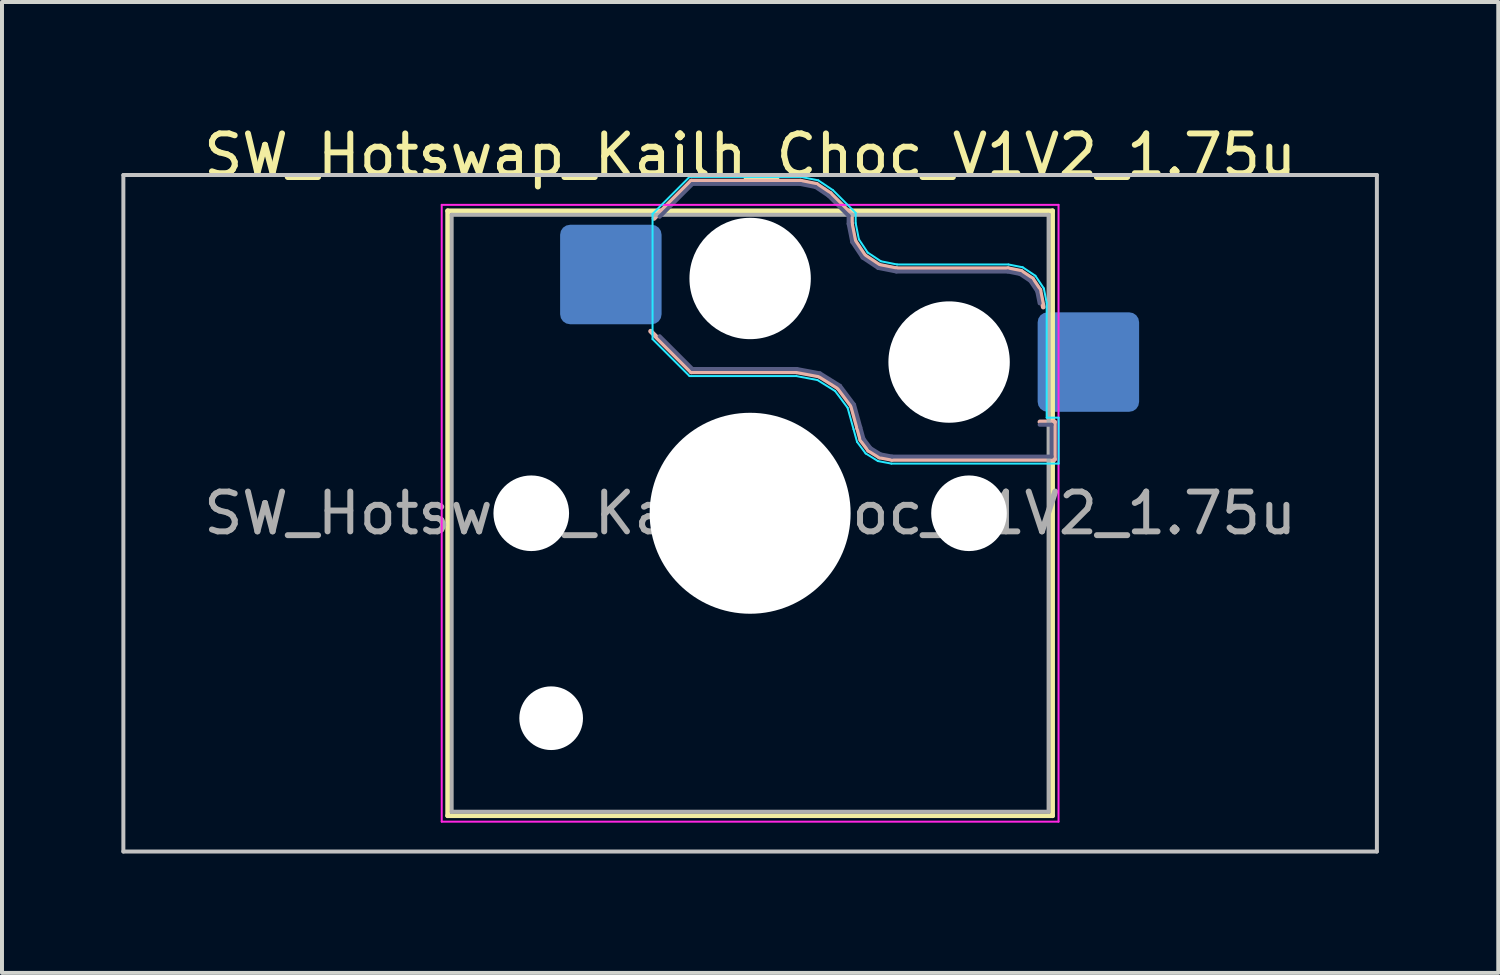
<source format=kicad_pcb>
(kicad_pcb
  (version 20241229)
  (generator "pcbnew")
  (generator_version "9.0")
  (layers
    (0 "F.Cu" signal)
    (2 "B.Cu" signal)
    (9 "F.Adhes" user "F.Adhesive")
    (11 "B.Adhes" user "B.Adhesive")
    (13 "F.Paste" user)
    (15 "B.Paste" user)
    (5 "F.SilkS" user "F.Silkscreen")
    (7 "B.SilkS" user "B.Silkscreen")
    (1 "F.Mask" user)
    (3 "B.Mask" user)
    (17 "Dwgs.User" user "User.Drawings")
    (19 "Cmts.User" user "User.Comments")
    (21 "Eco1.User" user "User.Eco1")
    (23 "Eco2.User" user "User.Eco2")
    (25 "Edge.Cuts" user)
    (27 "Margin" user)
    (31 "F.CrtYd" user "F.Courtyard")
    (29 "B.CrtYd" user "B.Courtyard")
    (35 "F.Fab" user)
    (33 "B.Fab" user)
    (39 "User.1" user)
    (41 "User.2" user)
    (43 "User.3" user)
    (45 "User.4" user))
  (footprint "SW_Hotswap_Kailh_Choc_V1V2_1.75u"
    (layer "F.Cu")
    (at 15.8 9.848)
    (property "Reference" "SW_Hotswap_Kailh_Choc_V1V2_1.75u" (at 0 -9 0) (layer "F.SilkS") (effects (font (size 1 1) (thickness 0.15))))
    (attr smd)
    (fp_line (start -7.6 -7.6) (end -7.6 7.6) (stroke (width 0.12) (type solid)) (layer "F.SilkS"))
    (fp_line (start -7.6 7.6) (end 7.6 7.6) (stroke (width 0.12) (type solid)) (layer "F.SilkS"))
    (fp_line (start 7.6 -7.6) (end -7.6 -7.6) (stroke (width 0.12) (type solid)) (layer "F.SilkS"))
    (fp_line (start 7.6 7.6) (end 7.6 -7.6) (stroke (width 0.12) (type solid)) (layer "F.SilkS"))
    (fp_line (start -2.416 -7.409) (end -1.479 -8.346) (stroke (width 0.12) (type solid)) (layer "B.SilkS"))
    (fp_line (start -1.479 -8.346) (end 1.268 -8.346) (stroke (width 0.12) (type solid)) (layer "B.SilkS"))
    (fp_line (start -1.479 -3.554) (end -2.5 -4.575) (stroke (width 0.12) (type solid)) (layer "B.SilkS"))
    (fp_line (start 1.168 -3.554) (end -1.479 -3.554) (stroke (width 0.12) (type solid)) (layer "B.SilkS"))
    (fp_line (start 1.268 -8.346) (end 1.671 -8.266) (stroke (width 0.12) (type solid)) (layer "B.SilkS"))
    (fp_line (start 1.671 -8.266) (end 2.013 -8.037) (stroke (width 0.12) (type solid)) (layer "B.SilkS"))
    (fp_line (start 1.73 -3.449) (end 1.168 -3.554) (stroke (width 0.12) (type solid)) (layer "B.SilkS"))
    (fp_line (start 2.013 -8.037) (end 2.546 -7.504) (stroke (width 0.12) (type solid)) (layer "B.SilkS"))
    (fp_line (start 2.209 -3.15) (end 1.73 -3.449) (stroke (width 0.12) (type solid)) (layer "B.SilkS"))
    (fp_line (start 2.546 -7.504) (end 2.546 -7.282) (stroke (width 0.12) (type solid)) (layer "B.SilkS"))
    (fp_line (start 2.546 -7.282) (end 2.633 -6.844) (stroke (width 0.12) (type solid)) (layer "B.SilkS"))
    (fp_line (start 2.547 -2.697) (end 2.209 -3.15) (stroke (width 0.12) (type solid)) (layer "B.SilkS"))
    (fp_line (start 2.633 -6.844) (end 2.877 -6.477) (stroke (width 0.12) (type solid)) (layer "B.SilkS"))
    (fp_line (start 2.701 -2.139) (end 2.547 -2.697) (stroke (width 0.12) (type solid)) (layer "B.SilkS"))
    (fp_line (start 2.783 -1.841) (end 2.701 -2.139) (stroke (width 0.12) (type solid)) (layer "B.SilkS"))
    (fp_line (start 2.877 -6.477) (end 3.244 -6.233) (stroke (width 0.12) (type solid)) (layer "B.SilkS"))
    (fp_line (start 2.976 -1.583) (end 2.783 -1.841) (stroke (width 0.12) (type solid)) (layer "B.SilkS"))
    (fp_line (start 3.244 -6.233) (end 3.682 -6.146) (stroke (width 0.12) (type solid)) (layer "B.SilkS"))
    (fp_line (start 3.25 -1.413) (end 2.976 -1.583) (stroke (width 0.12) (type solid)) (layer "B.SilkS"))
    (fp_line (start 3.56 -1.354) (end 3.25 -1.413) (stroke (width 0.12) (type solid)) (layer "B.SilkS"))
    (fp_line (start 3.682 -6.146) (end 6.482 -6.146) (stroke (width 0.12) (type solid)) (layer "B.SilkS"))
    (fp_line (start 6.482 -6.146) (end 6.809 -6.081) (stroke (width 0.12) (type solid)) (layer "B.SilkS"))
    (fp_line (start 6.809 -6.081) (end 7.092 -5.892) (stroke (width 0.12) (type solid)) (layer "B.SilkS"))
    (fp_line (start 7.092 -5.892) (end 7.281 -5.609) (stroke (width 0.12) (type solid)) (layer "B.SilkS"))
    (fp_line (start 7.281 -5.609) (end 7.366 -5.182) (stroke (width 0.12) (type solid)) (layer "B.SilkS"))
    (fp_line (start 7.283 -2.296) (end 7.646 -2.296) (stroke (width 0.12) (type solid)) (layer "B.SilkS"))
    (fp_line (start 7.646 -2.296) (end 7.646 -1.354) (stroke (width 0.12) (type solid)) (layer "B.SilkS"))
    (fp_line (start 7.646 -1.354) (end 3.56 -1.354) (stroke (width 0.12) (type solid)) (layer "B.SilkS"))
    (fp_line (start -15.75 -8.5) (end -15.75 8.5) (stroke (width 0.1) (type solid)) (layer "Dwgs.User"))
    (fp_line (start -15.75 8.5) (end 15.75 8.5) (stroke (width 0.1) (type solid)) (layer "Dwgs.User"))
    (fp_line (start 15.75 -8.5) (end -15.75 -8.5) (stroke (width 0.1) (type solid)) (layer "Dwgs.User"))
    (fp_line (start 15.75 8.5) (end 15.75 -8.5) (stroke (width 0.1) (type solid)) (layer "Dwgs.User"))
    (fp_line (start -7.25 -7.25) (end -7.25 7.25) (stroke (width 0.1) (type solid)) (layer "Eco1.User"))
    (fp_line (start -7.25 7.25) (end 7.25 7.25) (stroke (width 0.1) (type solid)) (layer "Eco1.User"))
    (fp_line (start 7.25 -7.25) (end -7.25 -7.25) (stroke (width 0.1) (type solid)) (layer "Eco1.User"))
    (fp_line (start 7.25 7.25) (end 7.25 -7.25) (stroke (width 0.1) (type solid)) (layer "Eco1.User"))
    (fp_line (start -2.452 -7.523) (end -1.523 -8.452) (stroke (width 0.05) (type solid)) (layer "B.CrtYd"))
    (fp_line (start -2.452 -4.377) (end -2.452 -7.523) (stroke (width 0.05) (type solid)) (layer "B.CrtYd"))
    (fp_line (start -1.523 -8.452) (end 1.278 -8.452) (stroke (width 0.05) (type solid)) (layer "B.CrtYd"))
    (fp_line (start -1.523 -3.448) (end -2.452 -4.377) (stroke (width 0.05) (type solid)) (layer "B.CrtYd"))
    (fp_line (start 1.159 -3.448) (end -1.523 -3.448) (stroke (width 0.05) (type solid)) (layer "B.CrtYd"))
    (fp_line (start 1.278 -8.452) (end 1.712 -8.366) (stroke (width 0.05) (type solid)) (layer "B.CrtYd"))
    (fp_line (start 1.691 -3.348) (end 1.159 -3.448) (stroke (width 0.05) (type solid)) (layer "B.CrtYd"))
    (fp_line (start 1.712 -8.366) (end 2.081 -8.119) (stroke (width 0.05) (type solid)) (layer "B.CrtYd"))
    (fp_line (start 2.081 -8.119) (end 2.652 -7.548) (stroke (width 0.05) (type solid)) (layer "B.CrtYd"))
    (fp_line (start 2.136 -3.071) (end 1.691 -3.348) (stroke (width 0.05) (type solid)) (layer "B.CrtYd"))
    (fp_line (start 2.45 -2.65) (end 2.136 -3.071) (stroke (width 0.05) (type solid)) (layer "B.CrtYd"))
    (fp_line (start 2.599 -2.111) (end 2.45 -2.65) (stroke (width 0.05) (type solid)) (layer "B.CrtYd"))
    (fp_line (start 2.652 -7.548) (end 2.652 -7.292) (stroke (width 0.05) (type solid)) (layer "B.CrtYd"))
    (fp_line (start 2.652 -7.292) (end 2.733 -6.885) (stroke (width 0.05) (type solid)) (layer "B.CrtYd"))
    (fp_line (start 2.687 -1.794) (end 2.599 -2.111) (stroke (width 0.05) (type solid)) (layer "B.CrtYd"))
    (fp_line (start 2.733 -6.885) (end 2.953 -6.553) (stroke (width 0.05) (type solid)) (layer "B.CrtYd"))
    (fp_line (start 2.903 -1.503) (end 2.687 -1.794) (stroke (width 0.05) (type solid)) (layer "B.CrtYd"))
    (fp_line (start 2.953 -6.553) (end 3.285 -6.333) (stroke (width 0.05) (type solid)) (layer "B.CrtYd"))
    (fp_line (start 3.211 -1.312) (end 2.903 -1.503) (stroke (width 0.05) (type solid)) (layer "B.CrtYd"))
    (fp_line (start 3.285 -6.333) (end 3.692 -6.252) (stroke (width 0.05) (type solid)) (layer "B.CrtYd"))
    (fp_line (start 3.55 -1.248) (end 3.211 -1.312) (stroke (width 0.05) (type solid)) (layer "B.CrtYd"))
    (fp_line (start 3.692 -6.252) (end 6.492 -6.252) (stroke (width 0.05) (type solid)) (layer "B.CrtYd"))
    (fp_line (start 6.492 -6.252) (end 6.85 -6.181) (stroke (width 0.05) (type solid)) (layer "B.CrtYd"))
    (fp_line (start 6.85 -6.181) (end 7.168 -5.968) (stroke (width 0.05) (type solid)) (layer "B.CrtYd"))
    (fp_line (start 7.168 -5.968) (end 7.381 -5.65) (stroke (width 0.05) (type solid)) (layer "B.CrtYd"))
    (fp_line (start 7.381 -5.65) (end 7.452 -5.292) (stroke (width 0.05) (type solid)) (layer "B.CrtYd"))
    (fp_line (start 7.452 -5.292) (end 7.452 -2.402) (stroke (width 0.05) (type solid)) (layer "B.CrtYd"))
    (fp_line (start 7.452 -2.402) (end 7.752 -2.402) (stroke (width 0.05) (type solid)) (layer "B.CrtYd"))
    (fp_line (start 7.752 -2.402) (end 7.752 -1.248) (stroke (width 0.05) (type solid)) (layer "B.CrtYd"))
    (fp_line (start 7.752 -1.248) (end 3.55 -1.248) (stroke (width 0.05) (type solid)) (layer "B.CrtYd"))
    (fp_line (start -7.75 -7.75) (end -7.75 7.75) (stroke (width 0.05) (type solid)) (layer "F.CrtYd"))
    (fp_line (start -7.75 7.75) (end 7.75 7.75) (stroke (width 0.05) (type solid)) (layer "F.CrtYd"))
    (fp_line (start 7.75 -7.75) (end -7.75 -7.75) (stroke (width 0.05) (type solid)) (layer "F.CrtYd"))
    (fp_line (start 7.75 7.75) (end 7.75 -7.75) (stroke (width 0.05) (type solid)) (layer "F.CrtYd"))
    (fp_line (start -2.275 -7.45) (end -1.45 -8.275) (stroke (width 0.1) (type solid)) (layer "B.Fab"))
    (fp_line (start -1.45 -8.275) (end 1.261 -8.275) (stroke (width 0.1) (type solid)) (layer "B.Fab"))
    (fp_line (start -1.45 -3.625) (end -2.275 -4.45) (stroke (width 0.1) (type solid)) (layer "B.Fab"))
    (fp_line (start 1.175 -3.625) (end -1.45 -3.625) (stroke (width 0.1) (type solid)) (layer "B.Fab"))
    (fp_line (start 1.261 -8.275) (end 1.643 -8.199) (stroke (width 0.1) (type solid)) (layer "B.Fab"))
    (fp_line (start 1.643 -8.199) (end 1.968 -7.982) (stroke (width 0.1) (type solid)) (layer "B.Fab"))
    (fp_line (start 1.756 -3.516) (end 1.175 -3.625) (stroke (width 0.1) (type solid)) (layer "B.Fab"))
    (fp_line (start 1.968 -7.982) (end 2.475 -7.475) (stroke (width 0.1) (type solid)) (layer "B.Fab"))
    (fp_line (start 2.258 -3.203) (end 1.756 -3.516) (stroke (width 0.1) (type solid)) (layer "B.Fab"))
    (fp_line (start 2.475 -7.475) (end 2.475 -7.275) (stroke (width 0.1) (type solid)) (layer "B.Fab"))
    (fp_line (start 2.475 -7.275) (end 2.566 -6.816) (stroke (width 0.1) (type solid)) (layer "B.Fab"))
    (fp_line (start 2.566 -6.816) (end 2.826 -6.426) (stroke (width 0.1) (type solid)) (layer "B.Fab"))
    (fp_line (start 2.612 -2.729) (end 2.258 -3.203) (stroke (width 0.1) (type solid)) (layer "B.Fab"))
    (fp_line (start 2.769 -2.158) (end 2.612 -2.729) (stroke (width 0.1) (type solid)) (layer "B.Fab"))
    (fp_line (start 2.826 -6.426) (end 3.216 -6.166) (stroke (width 0.1) (type solid)) (layer "B.Fab"))
    (fp_line (start 2.848 -1.873) (end 2.769 -2.158) (stroke (width 0.1) (type solid)) (layer "B.Fab"))
    (fp_line (start 3.025 -1.636) (end 2.848 -1.873) (stroke (width 0.1) (type solid)) (layer "B.Fab"))
    (fp_line (start 3.216 -6.166) (end 3.675 -6.075) (stroke (width 0.1) (type solid)) (layer "B.Fab"))
    (fp_line (start 3.276 -1.48) (end 3.025 -1.636) (stroke (width 0.1) (type solid)) (layer "B.Fab"))
    (fp_line (start 3.567 -1.425) (end 3.276 -1.48) (stroke (width 0.1) (type solid)) (layer "B.Fab"))
    (fp_line (start 3.675 -6.075) (end 6.475 -6.075) (stroke (width 0.1) (type solid)) (layer "B.Fab"))
    (fp_line (start 6.475 -6.075) (end 6.781 -6.014) (stroke (width 0.1) (type solid)) (layer "B.Fab"))
    (fp_line (start 6.781 -6.014) (end 7.041 -5.841) (stroke (width 0.1) (type solid)) (layer "B.Fab"))
    (fp_line (start 7.041 -5.841) (end 7.214 -5.581) (stroke (width 0.1) (type solid)) (layer "B.Fab"))
    (fp_line (start 7.214 -5.581) (end 7.275 -5.275) (stroke (width 0.1) (type solid)) (layer "B.Fab"))
    (fp_line (start 7.275 -2.225) (end 7.575 -2.225) (stroke (width 0.1) (type solid)) (layer "B.Fab"))
    (fp_line (start 7.575 -2.225) (end 7.575 -1.425) (stroke (width 0.1) (type solid)) (layer "B.Fab"))
    (fp_line (start 7.575 -1.425) (end 3.567 -1.425) (stroke (width 0.1) (type solid)) (layer "B.Fab"))
    (fp_line (start -7.5 -7.5) (end -7.5 7.5) (stroke (width 0.1) (type solid)) (layer "F.Fab"))
    (fp_line (start -7.5 7.5) (end 7.5 7.5) (stroke (width 0.1) (type solid)) (layer "F.Fab"))
    (fp_line (start 7.5 -7.5) (end -7.5 -7.5) (stroke (width 0.1) (type solid)) (layer "F.Fab"))
    (fp_line (start 7.5 7.5) (end 7.5 -7.5) (stroke (width 0.1) (type solid)) (layer "F.Fab"))
    (fp_text user "${REFERENCE}" (at 0 0 0) (layer "F.Fab") (effects (font (size 1 1) (thickness 0.15))))
    (pad "" np_thru_hole circle (at -5.5 0) (size 1.9 1.9) (drill 1.9) (layers "*.Cu" "*.Mask"))
    (pad "" np_thru_hole circle (at -5 5.15) (size 1.6 1.6) (drill 1.6) (layers "*.Cu" "*.Mask"))
    (pad "" np_thru_hole circle (at 0 -5.9) (size 3.05 3.05) (drill 3.05) (layers "*.Cu" "*.Mask"))
    (pad "" np_thru_hole circle (at 0 0) (size 5.05 5.05) (drill 5.05) (layers "*.Cu" "*.Mask"))
    (pad "" np_thru_hole circle (at 5 -3.8) (size 3.05 3.05) (drill 3.05) (layers "*.Cu" "*.Mask"))
    (pad "" np_thru_hole circle (at 5.5 0) (size 1.9 1.9) (drill 1.9) (layers "*.Cu" "*.Mask"))
    (pad "1" smd roundrect (at -3.5 -6) (size 2.55 2.5) (layers "B.Cu" "B.Mask" "B.Paste") (roundrect_rratio 0.1))
    (pad "2" smd roundrect (at 8.5 -3.8) (size 2.55 2.5) (layers "B.Cu" "B.Mask" "B.Paste") (roundrect_rratio 0.1)))
  (gr_rect
    (start -3 -3)
    (end 34.6 21.398)
    (stroke (width 0.1) (type default))
    (fill no)
    (layer "Edge.Cuts")))
</source>
